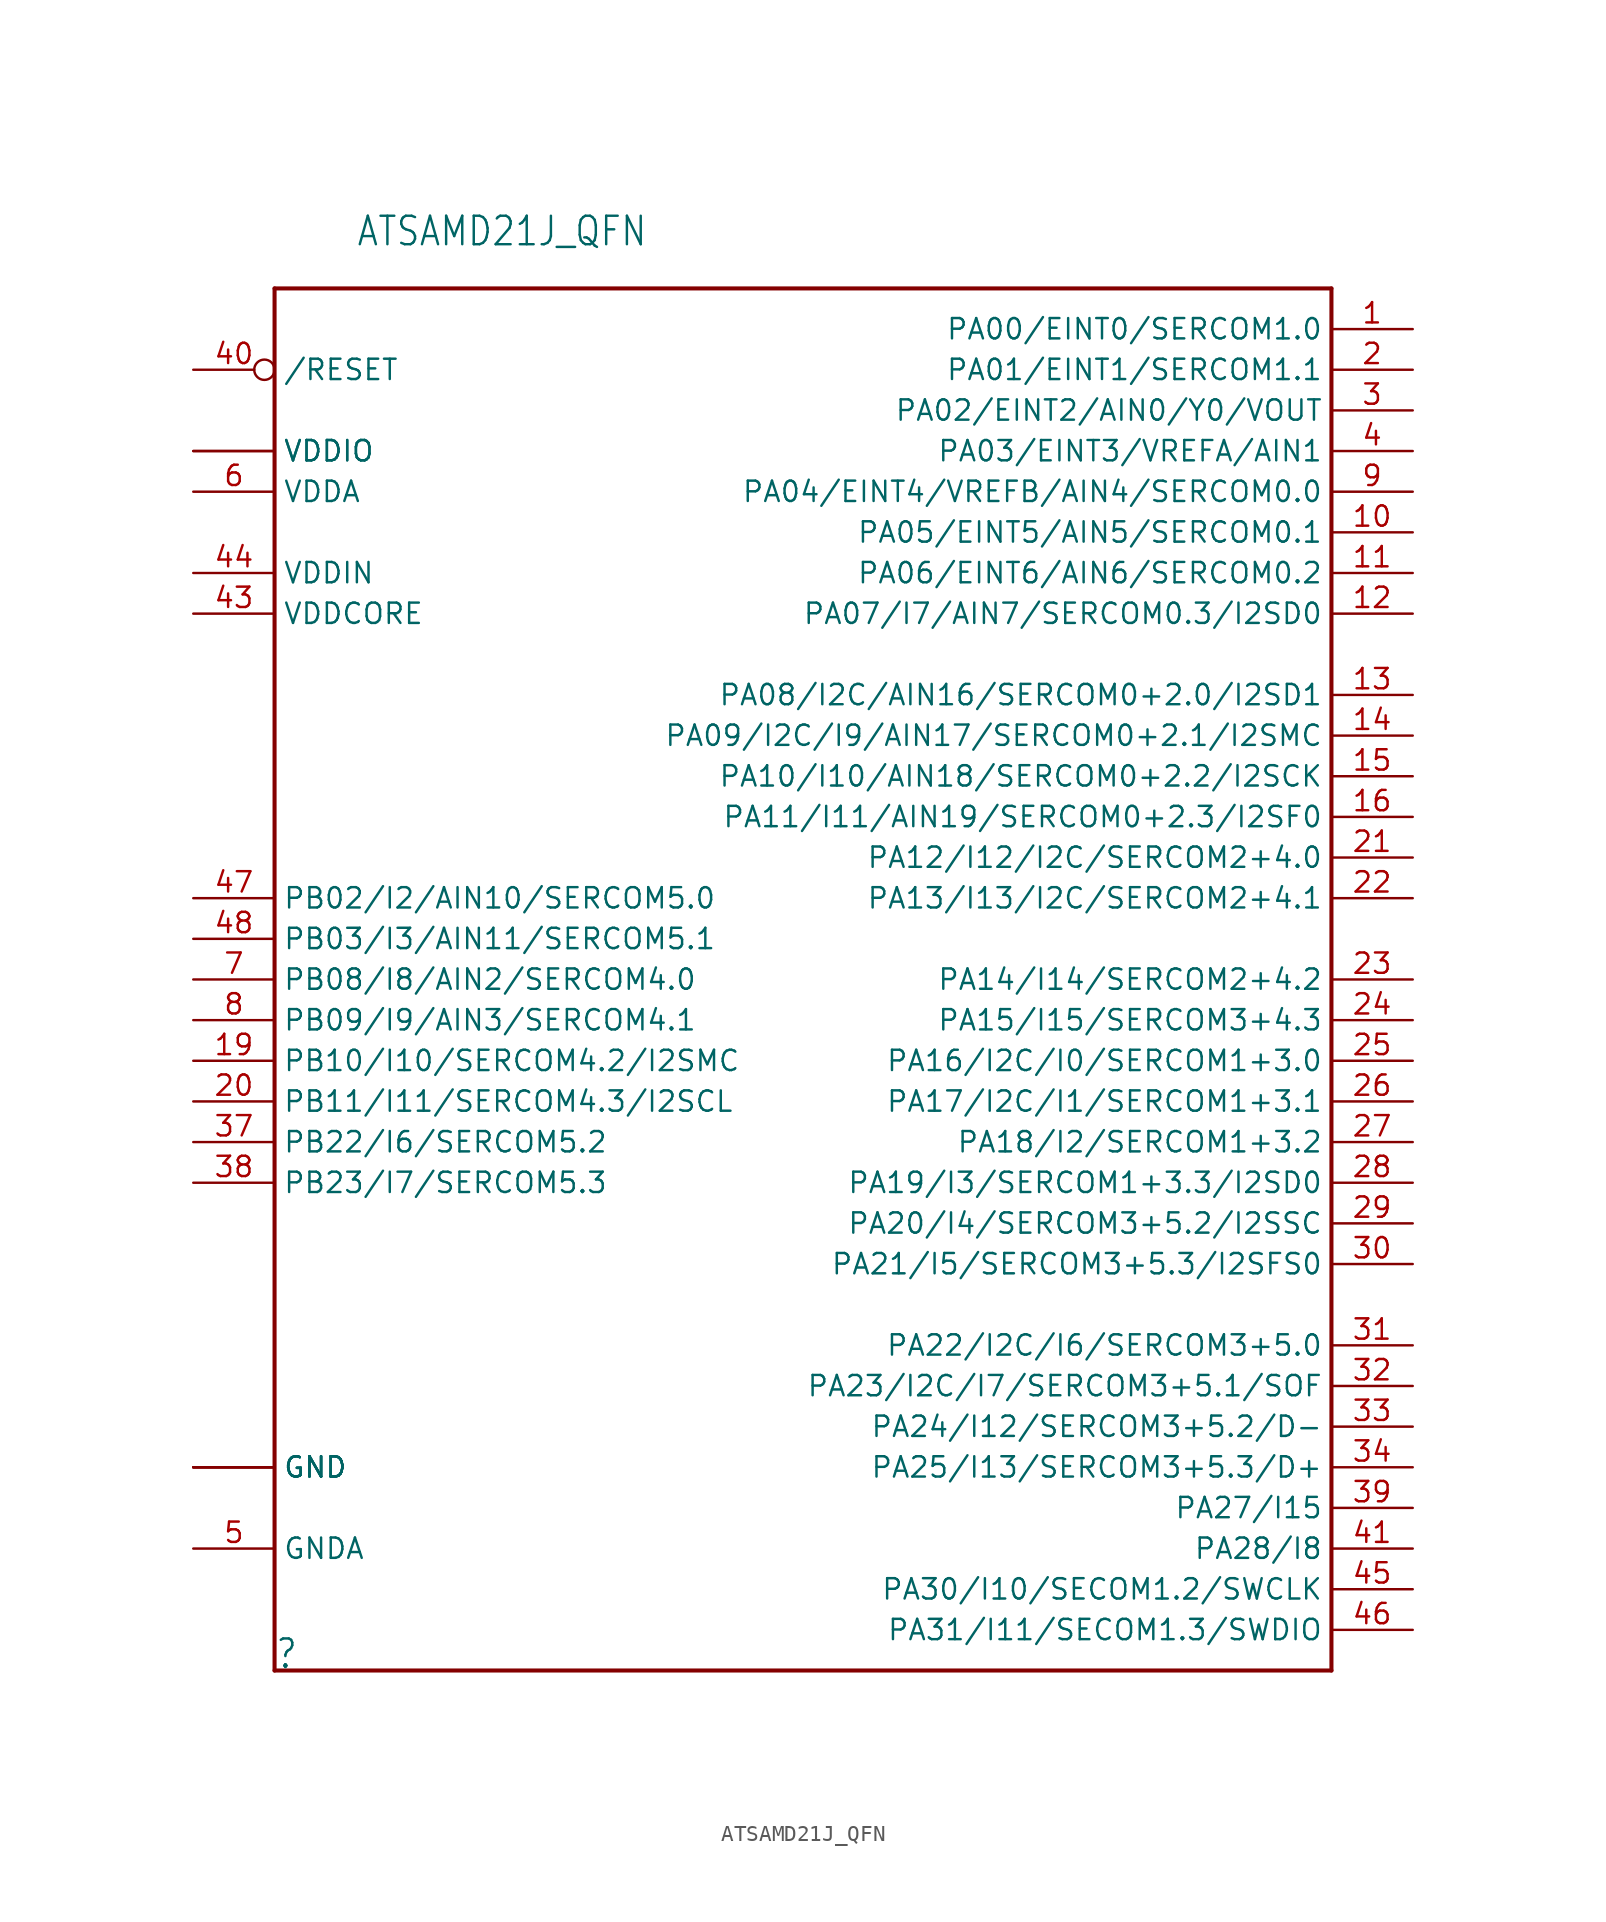
<source format=kicad_sym>
(kicad_symbol_lib
  (version 20211014)
  (generator kicad_symbol_editor)
  (symbol "ATSAMD21J_QFN"
    (property "Reference" ""
      (at -20.32 -48.26 0)
      (effects (font (size 1.778 1.511)) (justify left bottom)))
    (property "Value" "ATSAMD21J_QFN"
      (at -15.24 40.64 0)
      (effects (font (size 1.778 1.511)) (justify left bottom)))
    (property "ki_locked" ""
      (at 0 0 0)
      (effects (font (size 1.27 1.27))))
    (symbol "ATSAMD21J_QFN_1_0"
      (polyline (pts (xy -20.32 -48.26) (xy -20.32 38.1)) (stroke (width 0.254) (type default) (color 0 0 0 0)) (fill (type none)))
      (polyline (pts (xy -20.32 38.1) (xy 45.72 38.1)) (stroke (width 0.254) (type default) (color 0 0 0 0)) (fill (type none)))
      (polyline (pts (xy 45.72 -48.26) (xy -20.32 -48.26)) (stroke (width 0.254) (type default) (color 0 0 0 0)) (fill (type none)))
      (polyline (pts (xy 45.72 38.1) (xy 45.72 -48.26)) (stroke (width 0.254) (type default) (color 0 0 0 0)) (fill (type none)))
      (pin bidirectional line (at 50.8 35.56 180) (length 5.08) (name "PA00/EINT0/SERCOM1.0" (effects (font (size 1.27 1.27)))) (number "1" (effects (font (size 1.27 1.27)))))
      (pin bidirectional line (at 50.8 22.86 180) (length 5.08) (name "PA05/EINT5/AIN5/SERCOM0.1" (effects (font (size 1.27 1.27)))) (number "10" (effects (font (size 1.27 1.27)))))
      (pin bidirectional line (at 50.8 20.32 180) (length 5.08) (name "PA06/EINT6/AIN6/SERCOM0.2" (effects (font (size 1.27 1.27)))) (number "11" (effects (font (size 1.27 1.27)))))
      (pin bidirectional line (at 50.8 17.78 180) (length 5.08) (name "PA07/I7/AIN7/SERCOM0.3/I2SD0" (effects (font (size 1.27 1.27)))) (number "12" (effects (font (size 1.27 1.27)))))
      (pin bidirectional line (at 50.8 12.7 180) (length 5.08) (name "PA08/I2C/AIN16/SERCOM0+2.0/I2SD1" (effects (font (size 1.27 1.27)))) (number "13" (effects (font (size 1.27 1.27)))))
      (pin bidirectional line (at 50.8 10.16 180) (length 5.08) (name "PA09/I2C/I9/AIN17/SERCOM0+2.1/I2SMC" (effects (font (size 1.27 1.27)))) (number "14" (effects (font (size 1.27 1.27)))))
      (pin bidirectional line (at 50.8 7.62 180) (length 5.08) (name "PA10/I10/AIN18/SERCOM0+2.2/I2SCK" (effects (font (size 1.27 1.27)))) (number "15" (effects (font (size 1.27 1.27)))))
      (pin bidirectional line (at 50.8 5.08 180) (length 5.08) (name "PA11/I11/AIN19/SERCOM0+2.3/I2SF0" (effects (font (size 1.27 1.27)))) (number "16" (effects (font (size 1.27 1.27)))))
      (pin power_in line (at -25.4 27.94 0) (length 5.08) (name "VDDIO" (effects (font (size 1.27 1.27)))) (number "17" (effects (font (size 0 0)))))
      (pin power_in line (at -25.4 -35.56 0) (length 5.08) (name "GND" (effects (font (size 1.27 1.27)))) (number "18" (effects (font (size 0 0)))))
      (pin bidirectional line (at -25.4 -10.16 0) (length 5.08) (name "PB10/I10/SERCOM4.2/I2SMC" (effects (font (size 1.27 1.27)))) (number "19" (effects (font (size 1.27 1.27)))))
      (pin bidirectional line (at 50.8 33.02 180) (length 5.08) (name "PA01/EINT1/SERCOM1.1" (effects (font (size 1.27 1.27)))) (number "2" (effects (font (size 1.27 1.27)))))
      (pin bidirectional line (at -25.4 -12.7 0) (length 5.08) (name "PB11/I11/SERCOM4.3/I2SCL" (effects (font (size 1.27 1.27)))) (number "20" (effects (font (size 1.27 1.27)))))
      (pin bidirectional line (at 50.8 2.54 180) (length 5.08) (name "PA12/I12/I2C/SERCOM2+4.0" (effects (font (size 1.27 1.27)))) (number "21" (effects (font (size 1.27 1.27)))))
      (pin bidirectional line (at 50.8 0 180) (length 5.08) (name "PA13/I13/I2C/SERCOM2+4.1" (effects (font (size 1.27 1.27)))) (number "22" (effects (font (size 1.27 1.27)))))
      (pin bidirectional line (at 50.8 -5.08 180) (length 5.08) (name "PA14/I14/SERCOM2+4.2" (effects (font (size 1.27 1.27)))) (number "23" (effects (font (size 1.27 1.27)))))
      (pin bidirectional line (at 50.8 -7.62 180) (length 5.08) (name "PA15/I15/SERCOM3+4.3" (effects (font (size 1.27 1.27)))) (number "24" (effects (font (size 1.27 1.27)))))
      (pin bidirectional line (at 50.8 -10.16 180) (length 5.08) (name "PA16/I2C/I0/SERCOM1+3.0" (effects (font (size 1.27 1.27)))) (number "25" (effects (font (size 1.27 1.27)))))
      (pin bidirectional line (at 50.8 -12.7 180) (length 5.08) (name "PA17/I2C/I1/SERCOM1+3.1" (effects (font (size 1.27 1.27)))) (number "26" (effects (font (size 1.27 1.27)))))
      (pin bidirectional line (at 50.8 -15.24 180) (length 5.08) (name "PA18/I2/SERCOM1+3.2" (effects (font (size 1.27 1.27)))) (number "27" (effects (font (size 1.27 1.27)))))
      (pin bidirectional line (at 50.8 -17.78 180) (length 5.08) (name "PA19/I3/SERCOM1+3.3/I2SD0" (effects (font (size 1.27 1.27)))) (number "28" (effects (font (size 1.27 1.27)))))
      (pin bidirectional line (at 50.8 -20.32 180) (length 5.08) (name "PA20/I4/SERCOM3+5.2/I2SSC" (effects (font (size 1.27 1.27)))) (number "29" (effects (font (size 1.27 1.27)))))
      (pin bidirectional line (at 50.8 30.48 180) (length 5.08) (name "PA02/EINT2/AIN0/Y0/VOUT" (effects (font (size 1.27 1.27)))) (number "3" (effects (font (size 1.27 1.27)))))
      (pin bidirectional line (at 50.8 -22.86 180) (length 5.08) (name "PA21/I5/SERCOM3+5.3/I2SFS0" (effects (font (size 1.27 1.27)))) (number "30" (effects (font (size 1.27 1.27)))))
      (pin bidirectional line (at 50.8 -27.94 180) (length 5.08) (name "PA22/I2C/I6/SERCOM3+5.0" (effects (font (size 1.27 1.27)))) (number "31" (effects (font (size 1.27 1.27)))))
      (pin bidirectional line (at 50.8 -30.48 180) (length 5.08) (name "PA23/I2C/I7/SERCOM3+5.1/SOF" (effects (font (size 1.27 1.27)))) (number "32" (effects (font (size 1.27 1.27)))))
      (pin bidirectional line (at 50.8 -33.02 180) (length 5.08) (name "PA24/I12/SERCOM3+5.2/D-" (effects (font (size 1.27 1.27)))) (number "33" (effects (font (size 1.27 1.27)))))
      (pin bidirectional line (at 50.8 -35.56 180) (length 5.08) (name "PA25/I13/SERCOM3+5.3/D+" (effects (font (size 1.27 1.27)))) (number "34" (effects (font (size 1.27 1.27)))))
      (pin power_in line (at -25.4 -35.56 0) (length 5.08) (name "GND" (effects (font (size 1.27 1.27)))) (number "35" (effects (font (size 0 0)))))
      (pin power_in line (at -25.4 27.94 0) (length 5.08) (name "VDDIO" (effects (font (size 1.27 1.27)))) (number "36" (effects (font (size 0 0)))))
      (pin bidirectional line (at -25.4 -15.24 0) (length 5.08) (name "PB22/I6/SERCOM5.2" (effects (font (size 1.27 1.27)))) (number "37" (effects (font (size 1.27 1.27)))))
      (pin bidirectional line (at -25.4 -17.78 0) (length 5.08) (name "PB23/I7/SERCOM5.3" (effects (font (size 1.27 1.27)))) (number "38" (effects (font (size 1.27 1.27)))))
      (pin bidirectional line (at 50.8 -38.1 180) (length 5.08) (name "PA27/I15" (effects (font (size 1.27 1.27)))) (number "39" (effects (font (size 1.27 1.27)))))
      (pin bidirectional line (at 50.8 27.94 180) (length 5.08) (name "PA03/EINT3/VREFA/AIN1" (effects (font (size 1.27 1.27)))) (number "4" (effects (font (size 1.27 1.27)))))
      (pin bidirectional inverted (at -25.4 33.02 0) (length 5.08) (name "/RESET" (effects (font (size 1.27 1.27)))) (number "40" (effects (font (size 1.27 1.27)))))
      (pin bidirectional line (at 50.8 -40.64 180) (length 5.08) (name "PA28/I8" (effects (font (size 1.27 1.27)))) (number "41" (effects (font (size 1.27 1.27)))))
      (pin power_in line (at -25.4 -35.56 0) (length 5.08) (name "GND" (effects (font (size 1.27 1.27)))) (number "42" (effects (font (size 0 0)))))
      (pin power_in line (at -25.4 17.78 0) (length 5.08) (name "VDDCORE" (effects (font (size 1.27 1.27)))) (number "43" (effects (font (size 1.27 1.27)))))
      (pin power_in line (at -25.4 20.32 0) (length 5.08) (name "VDDIN" (effects (font (size 1.27 1.27)))) (number "44" (effects (font (size 1.27 1.27)))))
      (pin bidirectional line (at 50.8 -43.18 180) (length 5.08) (name "PA30/I10/SECOM1.2/SWCLK" (effects (font (size 1.27 1.27)))) (number "45" (effects (font (size 1.27 1.27)))))
      (pin bidirectional line (at 50.8 -45.72 180) (length 5.08) (name "PA31/I11/SECOM1.3/SWDIO" (effects (font (size 1.27 1.27)))) (number "46" (effects (font (size 1.27 1.27)))))
      (pin bidirectional line (at -25.4 0 0) (length 5.08) (name "PB02/I2/AIN10/SERCOM5.0" (effects (font (size 1.27 1.27)))) (number "47" (effects (font (size 1.27 1.27)))))
      (pin bidirectional line (at -25.4 -2.54 0) (length 5.08) (name "PB03/I3/AIN11/SERCOM5.1" (effects (font (size 1.27 1.27)))) (number "48" (effects (font (size 1.27 1.27)))))
      (pin power_in line (at -25.4 -40.64 0) (length 5.08) (name "GNDA" (effects (font (size 1.27 1.27)))) (number "5" (effects (font (size 1.27 1.27)))))
      (pin power_in line (at -25.4 25.4 0) (length 5.08) (name "VDDA" (effects (font (size 1.27 1.27)))) (number "6" (effects (font (size 1.27 1.27)))))
      (pin bidirectional line (at -25.4 -5.08 0) (length 5.08) (name "PB08/I8/AIN2/SERCOM4.0" (effects (font (size 1.27 1.27)))) (number "7" (effects (font (size 1.27 1.27)))))
      (pin bidirectional line (at -25.4 -7.62 0) (length 5.08) (name "PB09/I9/AIN3/SERCOM4.1" (effects (font (size 1.27 1.27)))) (number "8" (effects (font (size 1.27 1.27)))))
      (pin bidirectional line (at 50.8 25.4 180) (length 5.08) (name "PA04/EINT4/VREFB/AIN4/SERCOM0.0" (effects (font (size 1.27 1.27)))) (number "9" (effects (font (size 1.27 1.27)))))
      (pin power_in line (at -25.4 -35.56 0) (length 5.08) (name "GND" (effects (font (size 1.27 1.27)))) (number "THERMAL" (effects (font (size 0 0))))))))
</source>
